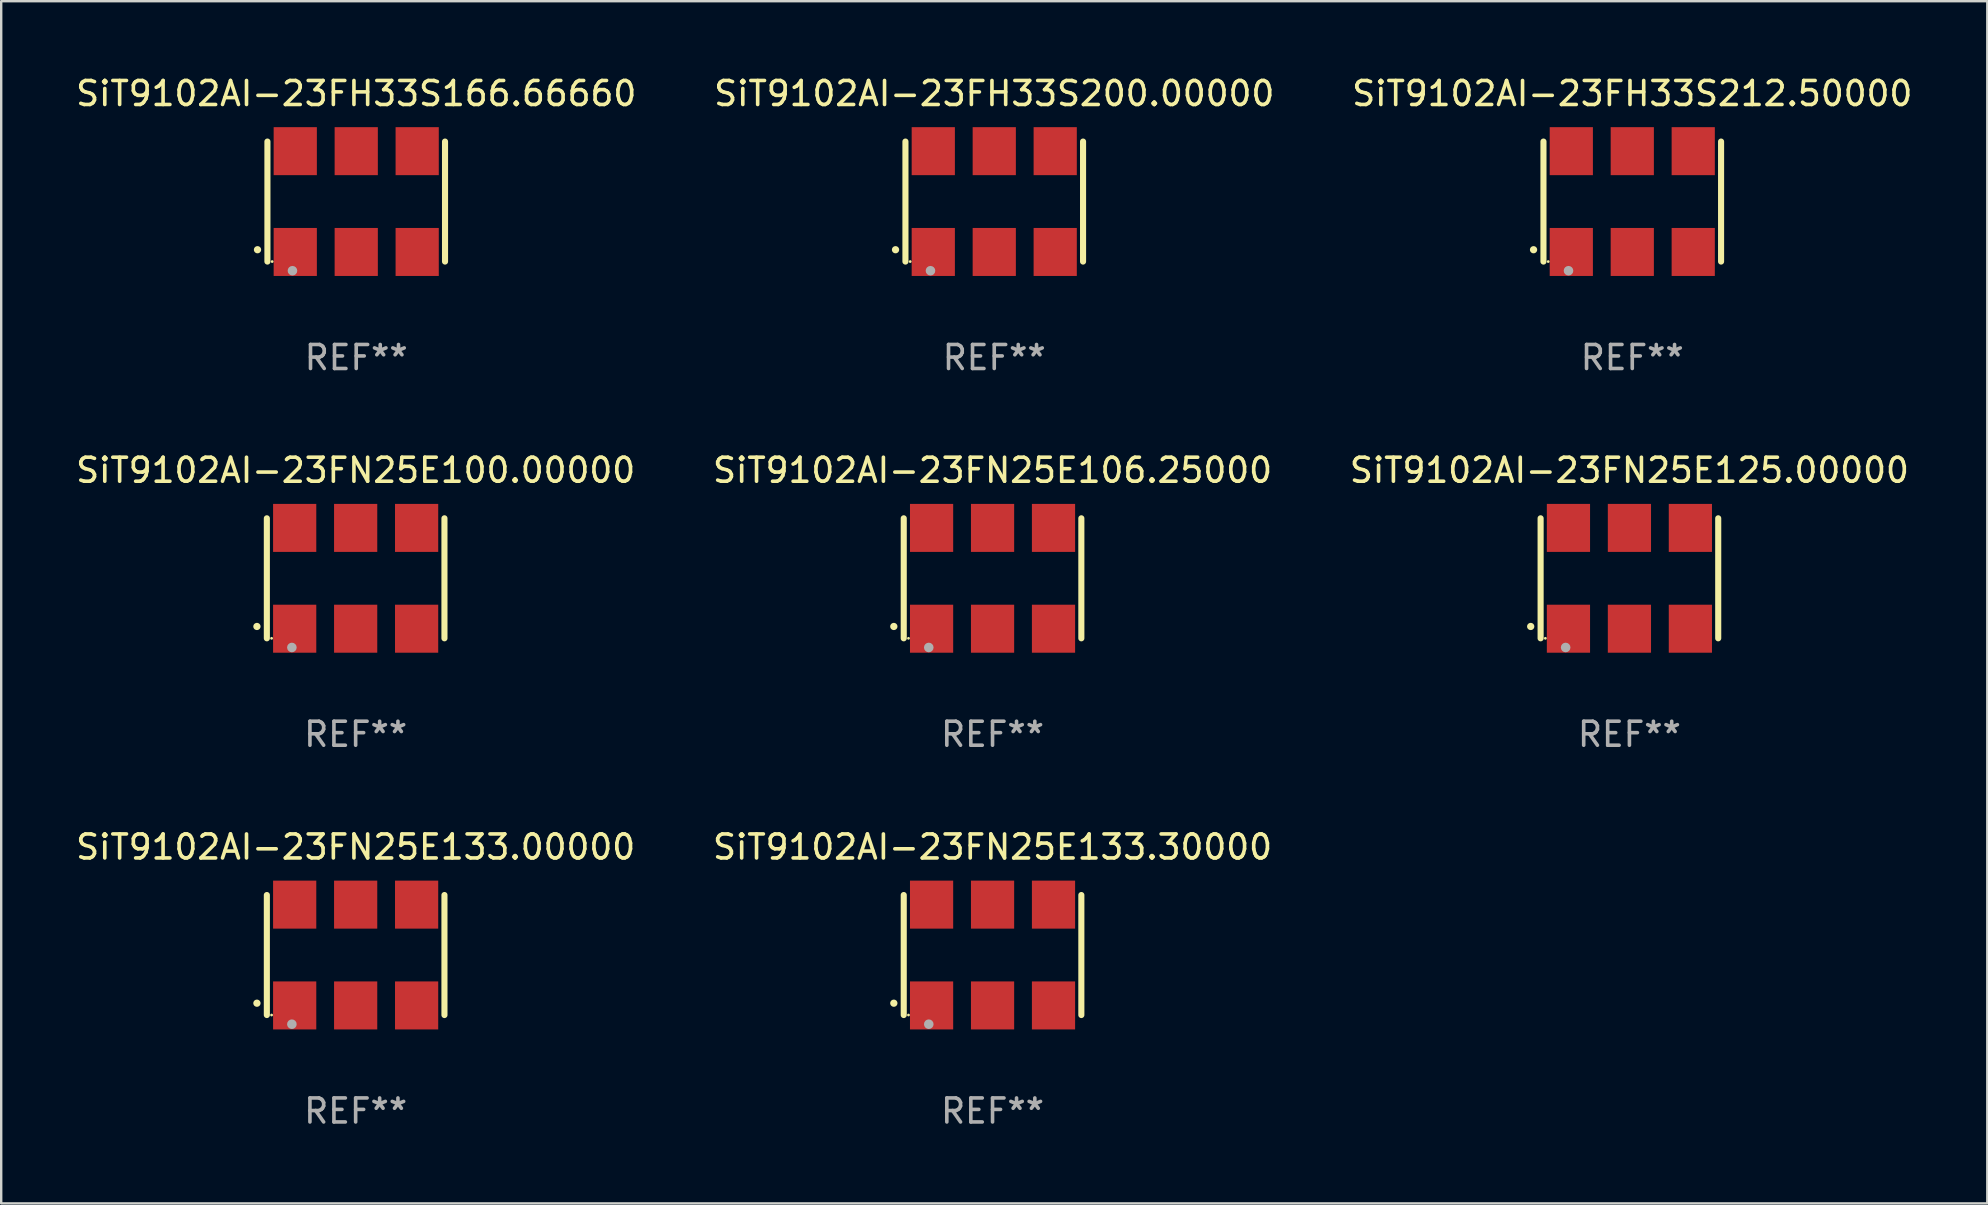
<source format=kicad_pcb>
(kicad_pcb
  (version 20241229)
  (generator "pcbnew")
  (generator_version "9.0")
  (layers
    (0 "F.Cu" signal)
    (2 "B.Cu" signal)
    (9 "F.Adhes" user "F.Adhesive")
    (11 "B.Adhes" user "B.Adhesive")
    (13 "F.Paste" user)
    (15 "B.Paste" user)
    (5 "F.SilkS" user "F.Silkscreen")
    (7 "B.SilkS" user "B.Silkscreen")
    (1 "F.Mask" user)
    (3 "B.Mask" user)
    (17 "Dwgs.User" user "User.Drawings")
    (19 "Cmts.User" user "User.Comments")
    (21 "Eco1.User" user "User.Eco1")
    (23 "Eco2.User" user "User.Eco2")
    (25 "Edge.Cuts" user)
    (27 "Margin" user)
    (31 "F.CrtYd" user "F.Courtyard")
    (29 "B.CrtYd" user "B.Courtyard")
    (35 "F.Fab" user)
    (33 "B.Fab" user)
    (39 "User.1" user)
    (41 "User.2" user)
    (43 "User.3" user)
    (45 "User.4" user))
  (footprint "SiT9102AI-23FN25E100.00000"
    (layer "F.Cu")
    (at 11.768 21.045)
    (property "Reference" "SiT9102AI-23FN25E100.00000" (at 0 -4.5 0) (layer "F.SilkS") (effects (font (size 1 1) (thickness 0.15))))
    (attr through_hole)
    (fp_line (start -3.7 -2.5) (end -3.7 2.5) (stroke (width 0.254) (type solid)) (layer "F.SilkS"))
    (fp_line (start 3.7 -2.5) (end 3.7 2.5) (stroke (width 0.254) (type solid)) (layer "F.SilkS"))
    (fp_arc (start -4.114415 2.006604) (mid -4.113145 2.006599) (end -4.111875 2.006604) (stroke (width 0.3) (type solid)) (layer "F.SilkS"))
    (fp_circle (center -3.502 2.5) (end -3.472 2.5) (stroke (width 0.06) (type solid)) (fill no) (layer "F.SilkS"))
    (fp_circle (center -2.657 2.882) (end -2.557 2.882) (stroke (width 0.2) (type solid)) (fill no) (layer "F.Fab"))
    (fp_text user "REF**" (at 0 6.5 0) (layer "F.Fab") (effects (font (size 1 1) (thickness 0.15))))
    (pad "1" smd rect (at -2.54 2.1) (size 1.8 2) (layers "F.Cu" "F.Mask" "F.Paste"))
    (pad "2" smd rect (at 0.000394 2.1) (size 1.8 2) (layers "F.Cu" "F.Mask" "F.Paste"))
    (pad "3" smd rect (at 2.54 2.1) (size 1.8 2) (layers "F.Cu" "F.Mask" "F.Paste"))
    (pad "4" smd rect (at 2.54 -2.1) (size 1.8 2) (layers "F.Cu" "F.Mask" "F.Paste"))
    (pad "5" smd rect (at 0.000394 -2.1) (size 1.8 2) (layers "F.Cu" "F.Mask" "F.Paste"))
    (pad "6" smd rect (at -2.54 -2.1) (size 1.8 2) (layers "F.Cu" "F.Mask" "F.Paste")))
  (footprint "SiT9102AI-23FH33S166.66660"
    (layer "F.Cu")
    (at 11.792 5.348)
    (property "Reference" "SiT9102AI-23FH33S166.66660" (at 0 -4.5 0) (layer "F.SilkS") (effects (font (size 1 1) (thickness 0.15))))
    (attr through_hole)
    (fp_line (start -3.7 -2.5) (end -3.7 2.5) (stroke (width 0.254) (type solid)) (layer "F.SilkS"))
    (fp_line (start 3.7 -2.5) (end 3.7 2.5) (stroke (width 0.254) (type solid)) (layer "F.SilkS"))
    (fp_arc (start -4.114415 2.006604) (mid -4.113145 2.006599) (end -4.111875 2.006604) (stroke (width 0.3) (type solid)) (layer "F.SilkS"))
    (fp_circle (center -3.502 2.5) (end -3.472 2.5) (stroke (width 0.06) (type solid)) (fill no) (layer "F.SilkS"))
    (fp_circle (center -2.657 2.882) (end -2.557 2.882) (stroke (width 0.2) (type solid)) (fill no) (layer "F.Fab"))
    (fp_text user "REF**" (at 0 6.5 0) (layer "F.Fab") (effects (font (size 1 1) (thickness 0.15))))
    (pad "1" smd rect (at -2.54 2.1) (size 1.8 2) (layers "F.Cu" "F.Mask" "F.Paste"))
    (pad "2" smd rect (at 0.000394 2.1) (size 1.8 2) (layers "F.Cu" "F.Mask" "F.Paste"))
    (pad "3" smd rect (at 2.54 2.1) (size 1.8 2) (layers "F.Cu" "F.Mask" "F.Paste"))
    (pad "4" smd rect (at 2.54 -2.1) (size 1.8 2) (layers "F.Cu" "F.Mask" "F.Paste"))
    (pad "5" smd rect (at 0.000394 -2.1) (size 1.8 2) (layers "F.Cu" "F.Mask" "F.Paste"))
    (pad "6" smd rect (at -2.54 -2.1) (size 1.8 2) (layers "F.Cu" "F.Mask" "F.Paste")))
  (footprint "SiT9102AI-23FH33S212.50000"
    (layer "F.Cu")
    (at 64.958 5.348)
    (property "Reference" "SiT9102AI-23FH33S212.50000" (at 0 -4.5 0) (layer "F.SilkS") (effects (font (size 1 1) (thickness 0.15))))
    (attr through_hole)
    (fp_line (start -3.7 -2.5) (end -3.7 2.5) (stroke (width 0.254) (type solid)) (layer "F.SilkS"))
    (fp_line (start 3.7 -2.5) (end 3.7 2.5) (stroke (width 0.254) (type solid)) (layer "F.SilkS"))
    (fp_arc (start -4.114415 2.006604) (mid -4.113145 2.006599) (end -4.111875 2.006604) (stroke (width 0.3) (type solid)) (layer "F.SilkS"))
    (fp_circle (center -3.502 2.5) (end -3.472 2.5) (stroke (width 0.06) (type solid)) (fill no) (layer "F.SilkS"))
    (fp_circle (center -2.657 2.882) (end -2.557 2.882) (stroke (width 0.2) (type solid)) (fill no) (layer "F.Fab"))
    (fp_text user "REF**" (at 0 6.5 0) (layer "F.Fab") (effects (font (size 1 1) (thickness 0.15))))
    (pad "1" smd rect (at -2.54 2.1) (size 1.8 2) (layers "F.Cu" "F.Mask" "F.Paste"))
    (pad "2" smd rect (at 0.000394 2.1) (size 1.8 2) (layers "F.Cu" "F.Mask" "F.Paste"))
    (pad "3" smd rect (at 2.54 2.1) (size 1.8 2) (layers "F.Cu" "F.Mask" "F.Paste"))
    (pad "4" smd rect (at 2.54 -2.1) (size 1.8 2) (layers "F.Cu" "F.Mask" "F.Paste"))
    (pad "5" smd rect (at 0.000394 -2.1) (size 1.8 2) (layers "F.Cu" "F.Mask" "F.Paste"))
    (pad "6" smd rect (at -2.54 -2.1) (size 1.8 2) (layers "F.Cu" "F.Mask" "F.Paste")))
  (footprint "SiT9102AI-23FH33S200.00000"
    (layer "F.Cu")
    (at 38.375 5.348)
    (property "Reference" "SiT9102AI-23FH33S200.00000" (at 0 -4.5 0) (layer "F.SilkS") (effects (font (size 1 1) (thickness 0.15))))
    (attr through_hole)
    (fp_line (start -3.7 -2.5) (end -3.7 2.5) (stroke (width 0.254) (type solid)) (layer "F.SilkS"))
    (fp_line (start 3.7 -2.5) (end 3.7 2.5) (stroke (width 0.254) (type solid)) (layer "F.SilkS"))
    (fp_arc (start -4.114415 2.006604) (mid -4.113145 2.006599) (end -4.111875 2.006604) (stroke (width 0.3) (type solid)) (layer "F.SilkS"))
    (fp_circle (center -3.502 2.5) (end -3.472 2.5) (stroke (width 0.06) (type solid)) (fill no) (layer "F.SilkS"))
    (fp_circle (center -2.657 2.882) (end -2.557 2.882) (stroke (width 0.2) (type solid)) (fill no) (layer "F.Fab"))
    (fp_text user "REF**" (at 0 6.5 0) (layer "F.Fab") (effects (font (size 1 1) (thickness 0.15))))
    (pad "1" smd rect (at -2.54 2.1) (size 1.8 2) (layers "F.Cu" "F.Mask" "F.Paste"))
    (pad "2" smd rect (at 0.000394 2.1) (size 1.8 2) (layers "F.Cu" "F.Mask" "F.Paste"))
    (pad "3" smd rect (at 2.54 2.1) (size 1.8 2) (layers "F.Cu" "F.Mask" "F.Paste"))
    (pad "4" smd rect (at 2.54 -2.1) (size 1.8 2) (layers "F.Cu" "F.Mask" "F.Paste"))
    (pad "5" smd rect (at 0.000394 -2.1) (size 1.8 2) (layers "F.Cu" "F.Mask" "F.Paste"))
    (pad "6" smd rect (at -2.54 -2.1) (size 1.8 2) (layers "F.Cu" "F.Mask" "F.Paste")))
  (footprint "SiT9102AI-23FN25E133.00000"
    (layer "F.Cu")
    (at 11.768 36.741)
    (property "Reference" "SiT9102AI-23FN25E133.00000" (at 0 -4.5 0) (layer "F.SilkS") (effects (font (size 1 1) (thickness 0.15))))
    (attr through_hole)
    (fp_line (start -3.7 -2.5) (end -3.7 2.5) (stroke (width 0.254) (type solid)) (layer "F.SilkS"))
    (fp_line (start 3.7 -2.5) (end 3.7 2.5) (stroke (width 0.254) (type solid)) (layer "F.SilkS"))
    (fp_arc (start -4.114415 2.006604) (mid -4.113145 2.006599) (end -4.111875 2.006604) (stroke (width 0.3) (type solid)) (layer "F.SilkS"))
    (fp_circle (center -3.502 2.5) (end -3.472 2.5) (stroke (width 0.06) (type solid)) (fill no) (layer "F.SilkS"))
    (fp_circle (center -2.657 2.882) (end -2.557 2.882) (stroke (width 0.2) (type solid)) (fill no) (layer "F.Fab"))
    (fp_text user "REF**" (at 0 6.5 0) (layer "F.Fab") (effects (font (size 1 1) (thickness 0.15))))
    (pad "1" smd rect (at -2.54 2.1) (size 1.8 2) (layers "F.Cu" "F.Mask" "F.Paste"))
    (pad "2" smd rect (at 0.000394 2.1) (size 1.8 2) (layers "F.Cu" "F.Mask" "F.Paste"))
    (pad "3" smd rect (at 2.54 2.1) (size 1.8 2) (layers "F.Cu" "F.Mask" "F.Paste"))
    (pad "4" smd rect (at 2.54 -2.1) (size 1.8 2) (layers "F.Cu" "F.Mask" "F.Paste"))
    (pad "5" smd rect (at 0.000394 -2.1) (size 1.8 2) (layers "F.Cu" "F.Mask" "F.Paste"))
    (pad "6" smd rect (at -2.54 -2.1) (size 1.8 2) (layers "F.Cu" "F.Mask" "F.Paste")))
  (footprint "SiT9102AI-23FN25E133.30000"
    (layer "F.Cu")
    (at 38.304 36.741)
    (property "Reference" "SiT9102AI-23FN25E133.30000" (at 0 -4.5 0) (layer "F.SilkS") (effects (font (size 1 1) (thickness 0.15))))
    (attr through_hole)
    (fp_line (start -3.7 -2.5) (end -3.7 2.5) (stroke (width 0.254) (type solid)) (layer "F.SilkS"))
    (fp_line (start 3.7 -2.5) (end 3.7 2.5) (stroke (width 0.254) (type solid)) (layer "F.SilkS"))
    (fp_arc (start -4.114415 2.006604) (mid -4.113145 2.006599) (end -4.111875 2.006604) (stroke (width 0.3) (type solid)) (layer "F.SilkS"))
    (fp_circle (center -3.502 2.5) (end -3.472 2.5) (stroke (width 0.06) (type solid)) (fill no) (layer "F.SilkS"))
    (fp_circle (center -2.657 2.882) (end -2.557 2.882) (stroke (width 0.2) (type solid)) (fill no) (layer "F.Fab"))
    (fp_text user "REF**" (at 0 6.5 0) (layer "F.Fab") (effects (font (size 1 1) (thickness 0.15))))
    (pad "1" smd rect (at -2.54 2.1) (size 1.8 2) (layers "F.Cu" "F.Mask" "F.Paste"))
    (pad "2" smd rect (at 0.000394 2.1) (size 1.8 2) (layers "F.Cu" "F.Mask" "F.Paste"))
    (pad "3" smd rect (at 2.54 2.1) (size 1.8 2) (layers "F.Cu" "F.Mask" "F.Paste"))
    (pad "4" smd rect (at 2.54 -2.1) (size 1.8 2) (layers "F.Cu" "F.Mask" "F.Paste"))
    (pad "5" smd rect (at 0.000394 -2.1) (size 1.8 2) (layers "F.Cu" "F.Mask" "F.Paste"))
    (pad "6" smd rect (at -2.54 -2.1) (size 1.8 2) (layers "F.Cu" "F.Mask" "F.Paste")))
  (footprint "SiT9102AI-23FN25E106.25000"
    (layer "F.Cu")
    (at 38.304 21.045)
    (property "Reference" "SiT9102AI-23FN25E106.25000" (at 0 -4.5 0) (layer "F.SilkS") (effects (font (size 1 1) (thickness 0.15))))
    (attr through_hole)
    (fp_line (start -3.7 -2.5) (end -3.7 2.5) (stroke (width 0.254) (type solid)) (layer "F.SilkS"))
    (fp_line (start 3.7 -2.5) (end 3.7 2.5) (stroke (width 0.254) (type solid)) (layer "F.SilkS"))
    (fp_arc (start -4.114415 2.006604) (mid -4.113145 2.006599) (end -4.111875 2.006604) (stroke (width 0.3) (type solid)) (layer "F.SilkS"))
    (fp_circle (center -3.502 2.5) (end -3.472 2.5) (stroke (width 0.06) (type solid)) (fill no) (layer "F.SilkS"))
    (fp_circle (center -2.657 2.882) (end -2.557 2.882) (stroke (width 0.2) (type solid)) (fill no) (layer "F.Fab"))
    (fp_text user "REF**" (at 0 6.5 0) (layer "F.Fab") (effects (font (size 1 1) (thickness 0.15))))
    (pad "1" smd rect (at -2.54 2.1) (size 1.8 2) (layers "F.Cu" "F.Mask" "F.Paste"))
    (pad "2" smd rect (at 0.000394 2.1) (size 1.8 2) (layers "F.Cu" "F.Mask" "F.Paste"))
    (pad "3" smd rect (at 2.54 2.1) (size 1.8 2) (layers "F.Cu" "F.Mask" "F.Paste"))
    (pad "4" smd rect (at 2.54 -2.1) (size 1.8 2) (layers "F.Cu" "F.Mask" "F.Paste"))
    (pad "5" smd rect (at 0.000394 -2.1) (size 1.8 2) (layers "F.Cu" "F.Mask" "F.Paste"))
    (pad "6" smd rect (at -2.54 -2.1) (size 1.8 2) (layers "F.Cu" "F.Mask" "F.Paste")))
  (footprint "SiT9102AI-23FN25E125.00000"
    (layer "F.Cu")
    (at 64.839 21.045)
    (property "Reference" "SiT9102AI-23FN25E125.00000" (at 0 -4.5 0) (layer "F.SilkS") (effects (font (size 1 1) (thickness 0.15))))
    (attr through_hole)
    (fp_line (start -3.7 -2.5) (end -3.7 2.5) (stroke (width 0.254) (type solid)) (layer "F.SilkS"))
    (fp_line (start 3.7 -2.5) (end 3.7 2.5) (stroke (width 0.254) (type solid)) (layer "F.SilkS"))
    (fp_arc (start -4.114415 2.006604) (mid -4.113145 2.006599) (end -4.111875 2.006604) (stroke (width 0.3) (type solid)) (layer "F.SilkS"))
    (fp_circle (center -3.502 2.5) (end -3.472 2.5) (stroke (width 0.06) (type solid)) (fill no) (layer "F.SilkS"))
    (fp_circle (center -2.657 2.882) (end -2.557 2.882) (stroke (width 0.2) (type solid)) (fill no) (layer "F.Fab"))
    (fp_text user "REF**" (at 0 6.5 0) (layer "F.Fab") (effects (font (size 1 1) (thickness 0.15))))
    (pad "1" smd rect (at -2.54 2.1) (size 1.8 2) (layers "F.Cu" "F.Mask" "F.Paste"))
    (pad "2" smd rect (at 0.000394 2.1) (size 1.8 2) (layers "F.Cu" "F.Mask" "F.Paste"))
    (pad "3" smd rect (at 2.54 2.1) (size 1.8 2) (layers "F.Cu" "F.Mask" "F.Paste"))
    (pad "4" smd rect (at 2.54 -2.1) (size 1.8 2) (layers "F.Cu" "F.Mask" "F.Paste"))
    (pad "5" smd rect (at 0.000394 -2.1) (size 1.8 2) (layers "F.Cu" "F.Mask" "F.Paste"))
    (pad "6" smd rect (at -2.54 -2.1) (size 1.8 2) (layers "F.Cu" "F.Mask" "F.Paste")))
  (gr_rect
    (start -3 -3)
    (end 79.75 47.09)
    (stroke (width 0.1) (type default))
    (fill no)
    (layer "Edge.Cuts")))
</source>
